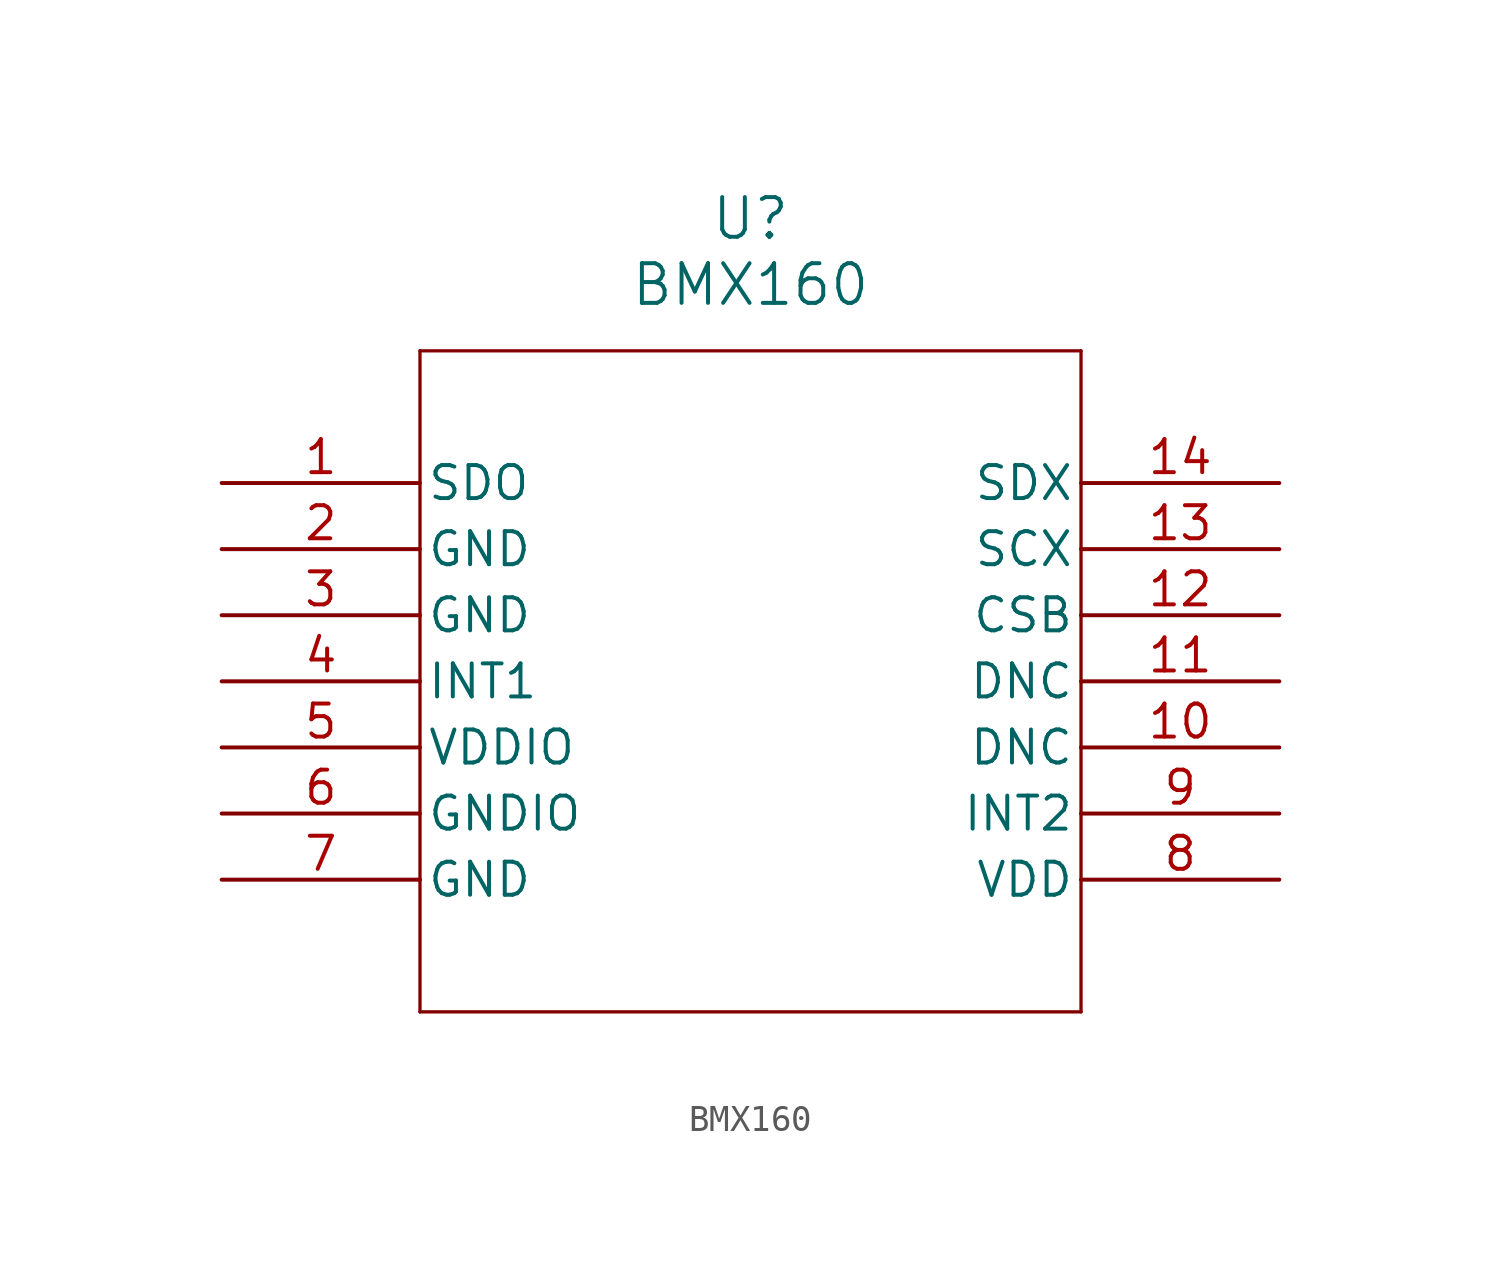
<source format=kicad_sym>
(kicad_symbol_lib
  (version 20211014)
  (generator kicad_symbol_editor)
  (symbol "BMX160"
    (pin_names
      (offset 0.254))
    (property "Reference" "U"
      (at 20.32 10.16 0)
      (effects (font (size 1.524 1.524))))
    (property "Value" "BMX160"
      (at 20.32 7.62 0)
      (effects (font (size 1.524 1.524))))
    (symbol "BMX160_0_1"
      (polyline (pts (xy 7.62 5.08) (xy 7.62 -20.32)) (stroke (width 0.127) (type default) (color 0 0 0 0)) (fill (type none)))
      (polyline (pts (xy 7.62 -20.32) (xy 33.02 -20.32)) (stroke (width 0.127) (type default) (color 0 0 0 0)) (fill (type none)))
      (polyline (pts (xy 33.02 -20.32) (xy 33.02 5.08)) (stroke (width 0.127) (type default) (color 0 0 0 0)) (fill (type none)))
      (polyline (pts (xy 33.02 5.08) (xy 7.62 5.08)) (stroke (width 0.127) (type default) (color 0 0 0 0)) (fill (type none)))
      (pin unspecified line (at 0 0 0) (length 7.62) (name "SDO" (effects (font (size 1.27 1.27)))) (number "1" (effects (font (size 1.27 1.27)))))
      (pin unspecified line (at 0 -2.54 0) (length 7.62) (name "GND" (effects (font (size 1.27 1.27)))) (number "2" (effects (font (size 1.27 1.27)))))
      (pin unspecified line (at 0 -5.08 0) (length 7.62) (name "GND" (effects (font (size 1.27 1.27)))) (number "3" (effects (font (size 1.27 1.27)))))
      (pin unspecified line (at 0 -7.62 0) (length 7.62) (name "INT1" (effects (font (size 1.27 1.27)))) (number "4" (effects (font (size 1.27 1.27)))))
      (pin unspecified line (at 0 -10.16 0) (length 7.62) (name "VDDIO" (effects (font (size 1.27 1.27)))) (number "5" (effects (font (size 1.27 1.27)))))
      (pin unspecified line (at 0 -12.7 0) (length 7.62) (name "GNDIO" (effects (font (size 1.27 1.27)))) (number "6" (effects (font (size 1.27 1.27)))))
      (pin unspecified line (at 0 -15.24 0) (length 7.62) (name "GND" (effects (font (size 1.27 1.27)))) (number "7" (effects (font (size 1.27 1.27)))))
      (pin unspecified line (at 40.64 -15.24 180) (length 7.62) (name "VDD" (effects (font (size 1.27 1.27)))) (number "8" (effects (font (size 1.27 1.27)))))
      (pin unspecified line (at 40.64 -12.7 180) (length 7.62) (name "INT2" (effects (font (size 1.27 1.27)))) (number "9" (effects (font (size 1.27 1.27)))))
      (pin unspecified line (at 40.64 -10.16 180) (length 7.62) (name "DNC" (effects (font (size 1.27 1.27)))) (number "10" (effects (font (size 1.27 1.27)))))
      (pin unspecified line (at 40.64 -7.62 180) (length 7.62) (name "DNC" (effects (font (size 1.27 1.27)))) (number "11" (effects (font (size 1.27 1.27)))))
      (pin unspecified line (at 40.64 -5.08 180) (length 7.62) (name "CSB" (effects (font (size 1.27 1.27)))) (number "12" (effects (font (size 1.27 1.27)))))
      (pin unspecified line (at 40.64 -2.54 180) (length 7.62) (name "SCX" (effects (font (size 1.27 1.27)))) (number "13" (effects (font (size 1.27 1.27)))))
      (pin unspecified line (at 40.64 0 180) (length 7.62) (name "SDX" (effects (font (size 1.27 1.27)))) (number "14" (effects (font (size 1.27 1.27))))))))
</source>
